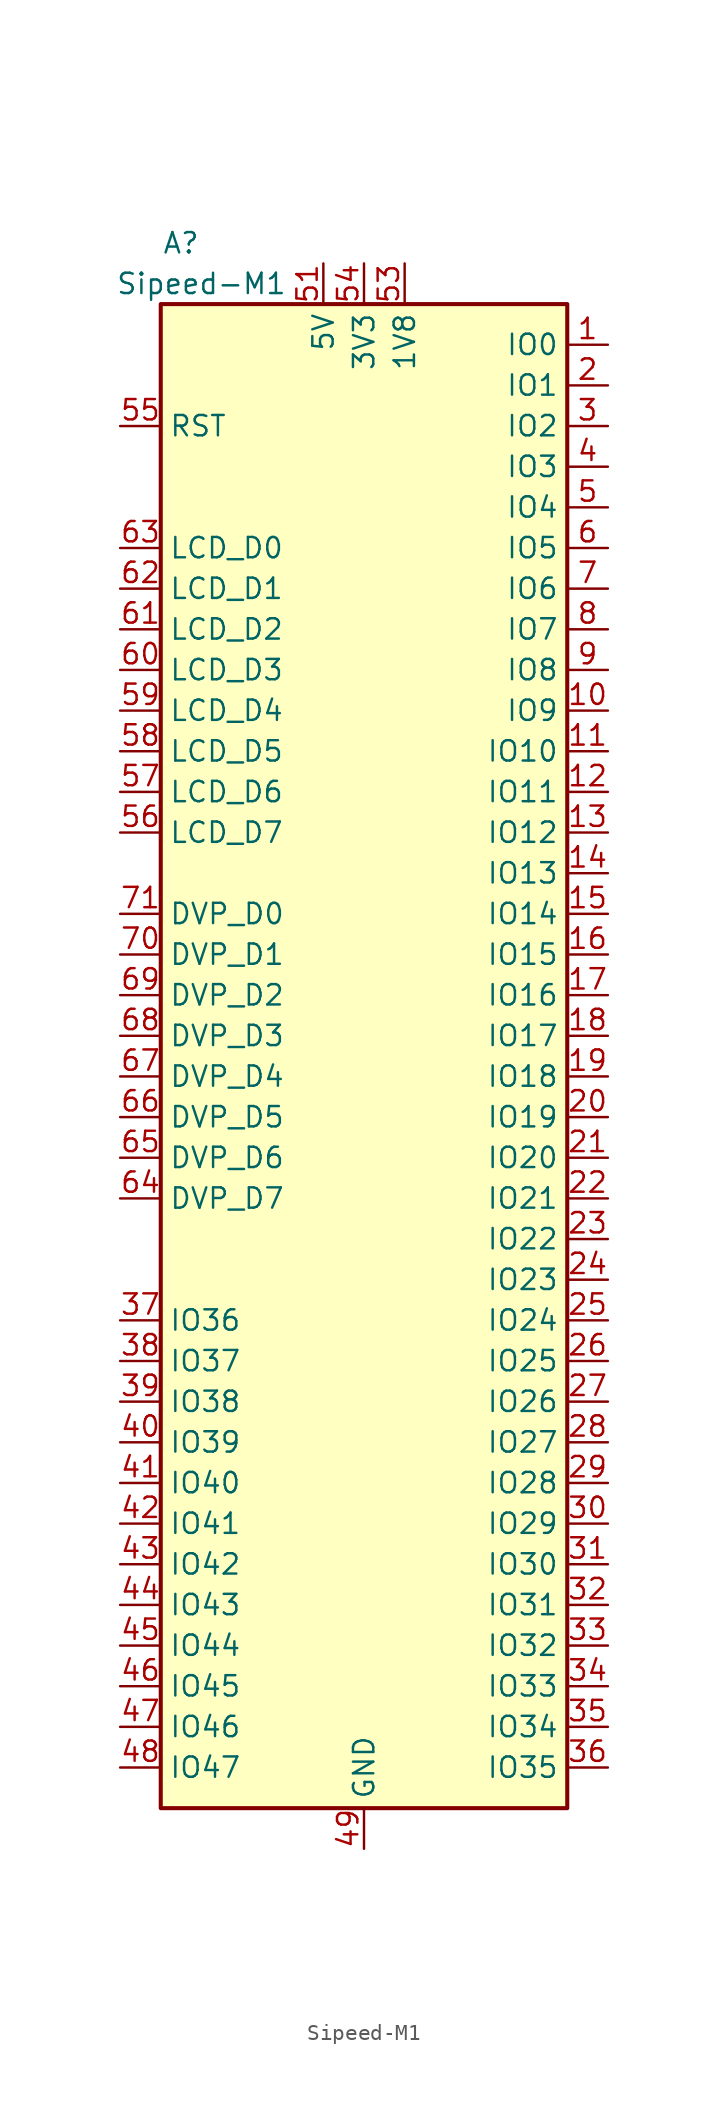
<source format=kicad_sym>
(kicad_symbol_lib
  (version 20220914)
  (generator kicad_symbol_editor)
  (symbol "Sipeed-M1"
    (property "Reference" "A"
      (at -11.43 52.07 0)
      (effects (font (size 1.27 1.27))))
    (property "Value" "Sipeed-M1"
      (at -10.16 49.53 0)
      (effects (font (size 1.27 1.27))))
    (symbol "Sipeed-M1_0_1"
      (rectangle (start 12.7 -45.72) (end -12.7 48.26) (stroke (width 0.254) (type default)) (fill (type background))))
    (symbol "Sipeed-M1_1_1"
      (pin bidirectional line (at 15.24 45.72 180) (length 2.54) (name "IO0" (effects (font (size 1.27 1.27)))) (number "1" (effects (font (size 1.27 1.27)))))
      (pin bidirectional line (at 15.24 22.86 180) (length 2.54) (name "IO9" (effects (font (size 1.27 1.27)))) (number "10" (effects (font (size 1.27 1.27)))))
      (pin bidirectional line (at 15.24 20.32 180) (length 2.54) (name "IO10" (effects (font (size 1.27 1.27)))) (number "11" (effects (font (size 1.27 1.27)))))
      (pin bidirectional line (at 15.24 17.78 180) (length 2.54) (name "IO11" (effects (font (size 1.27 1.27)))) (number "12" (effects (font (size 1.27 1.27)))))
      (pin bidirectional line (at 15.24 15.24 180) (length 2.54) (name "IO12" (effects (font (size 1.27 1.27)))) (number "13" (effects (font (size 1.27 1.27)))))
      (pin bidirectional line (at 15.24 12.7 180) (length 2.54) (name "IO13" (effects (font (size 1.27 1.27)))) (number "14" (effects (font (size 1.27 1.27)))))
      (pin bidirectional line (at 15.24 10.16 180) (length 2.54) (name "IO14" (effects (font (size 1.27 1.27)))) (number "15" (effects (font (size 1.27 1.27)))))
      (pin bidirectional line (at 15.24 7.62 180) (length 2.54) (name "IO15" (effects (font (size 1.27 1.27)))) (number "16" (effects (font (size 1.27 1.27)))))
      (pin bidirectional line (at 15.24 5.08 180) (length 2.54) (name "IO16" (effects (font (size 1.27 1.27)))) (number "17" (effects (font (size 1.27 1.27)))))
      (pin bidirectional line (at 15.24 2.54 180) (length 2.54) (name "IO17" (effects (font (size 1.27 1.27)))) (number "18" (effects (font (size 1.27 1.27)))))
      (pin bidirectional line (at 15.24 0 180) (length 2.54) (name "IO18" (effects (font (size 1.27 1.27)))) (number "19" (effects (font (size 1.27 1.27)))))
      (pin bidirectional line (at 15.24 43.18 180) (length 2.54) (name "IO1" (effects (font (size 1.27 1.27)))) (number "2" (effects (font (size 1.27 1.27)))))
      (pin bidirectional line (at 15.24 -2.54 180) (length 2.54) (name "IO19" (effects (font (size 1.27 1.27)))) (number "20" (effects (font (size 1.27 1.27)))))
      (pin bidirectional line (at 15.24 -5.08 180) (length 2.54) (name "IO20" (effects (font (size 1.27 1.27)))) (number "21" (effects (font (size 1.27 1.27)))))
      (pin bidirectional line (at 15.24 -7.62 180) (length 2.54) (name "IO21" (effects (font (size 1.27 1.27)))) (number "22" (effects (font (size 1.27 1.27)))))
      (pin bidirectional line (at 15.24 -10.16 180) (length 2.54) (name "IO22" (effects (font (size 1.27 1.27)))) (number "23" (effects (font (size 1.27 1.27)))))
      (pin bidirectional line (at 15.24 -12.7 180) (length 2.54) (name "IO23" (effects (font (size 1.27 1.27)))) (number "24" (effects (font (size 1.27 1.27)))))
      (pin bidirectional line (at 15.24 -15.24 180) (length 2.54) (name "IO24" (effects (font (size 1.27 1.27)))) (number "25" (effects (font (size 1.27 1.27)))))
      (pin bidirectional line (at 15.24 -17.78 180) (length 2.54) (name "IO25" (effects (font (size 1.27 1.27)))) (number "26" (effects (font (size 1.27 1.27)))))
      (pin bidirectional line (at 15.24 -20.32 180) (length 2.54) (name "IO26" (effects (font (size 1.27 1.27)))) (number "27" (effects (font (size 1.27 1.27)))))
      (pin bidirectional line (at 15.24 -22.86 180) (length 2.54) (name "IO27" (effects (font (size 1.27 1.27)))) (number "28" (effects (font (size 1.27 1.27)))))
      (pin bidirectional line (at 15.24 -25.4 180) (length 2.54) (name "IO28" (effects (font (size 1.27 1.27)))) (number "29" (effects (font (size 1.27 1.27)))))
      (pin bidirectional line (at 15.24 40.64 180) (length 2.54) (name "IO2" (effects (font (size 1.27 1.27)))) (number "3" (effects (font (size 1.27 1.27)))))
      (pin bidirectional line (at 15.24 -27.94 180) (length 2.54) (name "IO29" (effects (font (size 1.27 1.27)))) (number "30" (effects (font (size 1.27 1.27)))))
      (pin bidirectional line (at 15.24 -30.48 180) (length 2.54) (name "IO30" (effects (font (size 1.27 1.27)))) (number "31" (effects (font (size 1.27 1.27)))))
      (pin bidirectional line (at 15.24 -33.02 180) (length 2.54) (name "IO31" (effects (font (size 1.27 1.27)))) (number "32" (effects (font (size 1.27 1.27)))))
      (pin bidirectional line (at 15.24 -35.56 180) (length 2.54) (name "IO32" (effects (font (size 1.27 1.27)))) (number "33" (effects (font (size 1.27 1.27)))))
      (pin bidirectional line (at 15.24 -38.1 180) (length 2.54) (name "IO33" (effects (font (size 1.27 1.27)))) (number "34" (effects (font (size 1.27 1.27)))))
      (pin bidirectional line (at 15.24 -40.64 180) (length 2.54) (name "IO34" (effects (font (size 1.27 1.27)))) (number "35" (effects (font (size 1.27 1.27)))))
      (pin bidirectional line (at 15.24 -43.18 180) (length 2.54) (name "IO35" (effects (font (size 1.27 1.27)))) (number "36" (effects (font (size 1.27 1.27)))))
      (pin bidirectional line (at -15.24 -15.24 0) (length 2.54) (name "IO36" (effects (font (size 1.27 1.27)))) (number "37" (effects (font (size 1.27 1.27)))))
      (pin bidirectional line (at -15.24 -17.78 0) (length 2.54) (name "IO37" (effects (font (size 1.27 1.27)))) (number "38" (effects (font (size 1.27 1.27)))))
      (pin bidirectional line (at -15.24 -20.32 0) (length 2.54) (name "IO38" (effects (font (size 1.27 1.27)))) (number "39" (effects (font (size 1.27 1.27)))))
      (pin bidirectional line (at 15.24 38.1 180) (length 2.54) (name "IO3" (effects (font (size 1.27 1.27)))) (number "4" (effects (font (size 1.27 1.27)))))
      (pin bidirectional line (at -15.24 -22.86 0) (length 2.54) (name "IO39" (effects (font (size 1.27 1.27)))) (number "40" (effects (font (size 1.27 1.27)))))
      (pin bidirectional line (at -15.24 -25.4 0) (length 2.54) (name "IO40" (effects (font (size 1.27 1.27)))) (number "41" (effects (font (size 1.27 1.27)))))
      (pin bidirectional line (at -15.24 -27.94 0) (length 2.54) (name "IO41" (effects (font (size 1.27 1.27)))) (number "42" (effects (font (size 1.27 1.27)))))
      (pin bidirectional line (at -15.24 -30.48 0) (length 2.54) (name "IO42" (effects (font (size 1.27 1.27)))) (number "43" (effects (font (size 1.27 1.27)))))
      (pin bidirectional line (at -15.24 -33.02 0) (length 2.54) (name "IO43" (effects (font (size 1.27 1.27)))) (number "44" (effects (font (size 1.27 1.27)))))
      (pin bidirectional line (at -15.24 -35.56 0) (length 2.54) (name "IO44" (effects (font (size 1.27 1.27)))) (number "45" (effects (font (size 1.27 1.27)))))
      (pin bidirectional line (at -15.24 -38.1 0) (length 2.54) (name "IO45" (effects (font (size 1.27 1.27)))) (number "46" (effects (font (size 1.27 1.27)))))
      (pin bidirectional line (at -15.24 -40.64 0) (length 2.54) (name "IO46" (effects (font (size 1.27 1.27)))) (number "47" (effects (font (size 1.27 1.27)))))
      (pin bidirectional line (at -15.24 -43.18 0) (length 2.54) (name "IO47" (effects (font (size 1.27 1.27)))) (number "48" (effects (font (size 1.27 1.27)))))
      (pin power_in line (at 0 -48.26 90) (length 2.54) (name "GND" (effects (font (size 1.27 1.27)))) (number "49" (effects (font (size 1.27 1.27)))))
      (pin bidirectional line (at 15.24 35.56 180) (length 2.54) (name "IO4" (effects (font (size 1.27 1.27)))) (number "5" (effects (font (size 1.27 1.27)))))
      (pin passive line (at 0 -48.26 90) (length 2.54) hide (name "GND" (effects (font (size 1.27 1.27)))) (number "50" (effects (font (size 1.27 1.27)))))
      (pin power_in line (at -2.54 50.8 270) (length 2.54) (name "5V" (effects (font (size 1.27 1.27)))) (number "51" (effects (font (size 1.27 1.27)))))
      (pin passive line (at -2.54 50.8 270) (length 2.54) hide (name "5V" (effects (font (size 1.27 1.27)))) (number "52" (effects (font (size 1.27 1.27)))))
      (pin power_out line (at 2.54 50.8 270) (length 2.54) (name "1V8" (effects (font (size 1.27 1.27)))) (number "53" (effects (font (size 1.27 1.27)))))
      (pin power_out line (at 0 50.8 270) (length 2.54) (name "3V3" (effects (font (size 1.27 1.27)))) (number "54" (effects (font (size 1.27 1.27)))))
      (pin input line (at -15.24 40.64 0) (length 2.54) (name "RST" (effects (font (size 1.27 1.27)))) (number "55" (effects (font (size 1.27 1.27)))))
      (pin bidirectional line (at -15.24 15.24 0) (length 2.54) (name "LCD_D7" (effects (font (size 1.27 1.27)))) (number "56" (effects (font (size 1.27 1.27)))))
      (pin bidirectional line (at -15.24 17.78 0) (length 2.54) (name "LCD_D6" (effects (font (size 1.27 1.27)))) (number "57" (effects (font (size 1.27 1.27)))))
      (pin bidirectional line (at -15.24 20.32 0) (length 2.54) (name "LCD_D5" (effects (font (size 1.27 1.27)))) (number "58" (effects (font (size 1.27 1.27)))))
      (pin bidirectional line (at -15.24 22.86 0) (length 2.54) (name "LCD_D4" (effects (font (size 1.27 1.27)))) (number "59" (effects (font (size 1.27 1.27)))))
      (pin bidirectional line (at 15.24 33.02 180) (length 2.54) (name "IO5" (effects (font (size 1.27 1.27)))) (number "6" (effects (font (size 1.27 1.27)))))
      (pin bidirectional line (at -15.24 25.4 0) (length 2.54) (name "LCD_D3" (effects (font (size 1.27 1.27)))) (number "60" (effects (font (size 1.27 1.27)))))
      (pin bidirectional line (at -15.24 27.94 0) (length 2.54) (name "LCD_D2" (effects (font (size 1.27 1.27)))) (number "61" (effects (font (size 1.27 1.27)))))
      (pin bidirectional line (at -15.24 30.48 0) (length 2.54) (name "LCD_D1" (effects (font (size 1.27 1.27)))) (number "62" (effects (font (size 1.27 1.27)))))
      (pin bidirectional line (at -15.24 33.02 0) (length 2.54) (name "LCD_D0" (effects (font (size 1.27 1.27)))) (number "63" (effects (font (size 1.27 1.27)))))
      (pin bidirectional line (at -15.24 -7.62 0) (length 2.54) (name "DVP_D7" (effects (font (size 1.27 1.27)))) (number "64" (effects (font (size 1.27 1.27)))))
      (pin bidirectional line (at -15.24 -5.08 0) (length 2.54) (name "DVP_D6" (effects (font (size 1.27 1.27)))) (number "65" (effects (font (size 1.27 1.27)))))
      (pin bidirectional line (at -15.24 -2.54 0) (length 2.54) (name "DVP_D5" (effects (font (size 1.27 1.27)))) (number "66" (effects (font (size 1.27 1.27)))))
      (pin bidirectional line (at -15.24 0 0) (length 2.54) (name "DVP_D4" (effects (font (size 1.27 1.27)))) (number "67" (effects (font (size 1.27 1.27)))))
      (pin bidirectional line (at -15.24 2.54 0) (length 2.54) (name "DVP_D3" (effects (font (size 1.27 1.27)))) (number "68" (effects (font (size 1.27 1.27)))))
      (pin bidirectional line (at -15.24 5.08 0) (length 2.54) (name "DVP_D2" (effects (font (size 1.27 1.27)))) (number "69" (effects (font (size 1.27 1.27)))))
      (pin bidirectional line (at 15.24 30.48 180) (length 2.54) (name "IO6" (effects (font (size 1.27 1.27)))) (number "7" (effects (font (size 1.27 1.27)))))
      (pin bidirectional line (at -15.24 7.62 0) (length 2.54) (name "DVP_D1" (effects (font (size 1.27 1.27)))) (number "70" (effects (font (size 1.27 1.27)))))
      (pin bidirectional line (at -15.24 10.16 0) (length 2.54) (name "DVP_D0" (effects (font (size 1.27 1.27)))) (number "71" (effects (font (size 1.27 1.27)))))
      (pin passive line (at 0 -48.26 90) (length 2.54) hide (name "GND" (effects (font (size 1.27 1.27)))) (number "72" (effects (font (size 1.27 1.27)))))
      (pin passive line (at 0 -48.26 90) (length 2.54) hide (name "GND" (effects (font (size 1.27 1.27)))) (number "73" (effects (font (size 1.27 1.27)))))
      (pin passive line (at 0 -48.26 90) (length 2.54) hide (name "GND" (effects (font (size 1.27 1.27)))) (number "74" (effects (font (size 1.27 1.27)))))
      (pin passive line (at 0 -48.26 90) (length 2.54) hide (name "GND" (effects (font (size 1.27 1.27)))) (number "75" (effects (font (size 1.27 1.27)))))
      (pin passive line (at 0 -48.26 90) (length 2.54) hide (name "GND" (effects (font (size 1.27 1.27)))) (number "76" (effects (font (size 1.27 1.27)))))
      (pin passive line (at 0 -48.26 90) (length 2.54) hide (name "GND" (effects (font (size 1.27 1.27)))) (number "77" (effects (font (size 1.27 1.27)))))
      (pin bidirectional line (at 15.24 27.94 180) (length 2.54) (name "IO7" (effects (font (size 1.27 1.27)))) (number "8" (effects (font (size 1.27 1.27)))))
      (pin bidirectional line (at 15.24 25.4 180) (length 2.54) (name "IO8" (effects (font (size 1.27 1.27)))) (number "9" (effects (font (size 1.27 1.27))))))))
</source>
